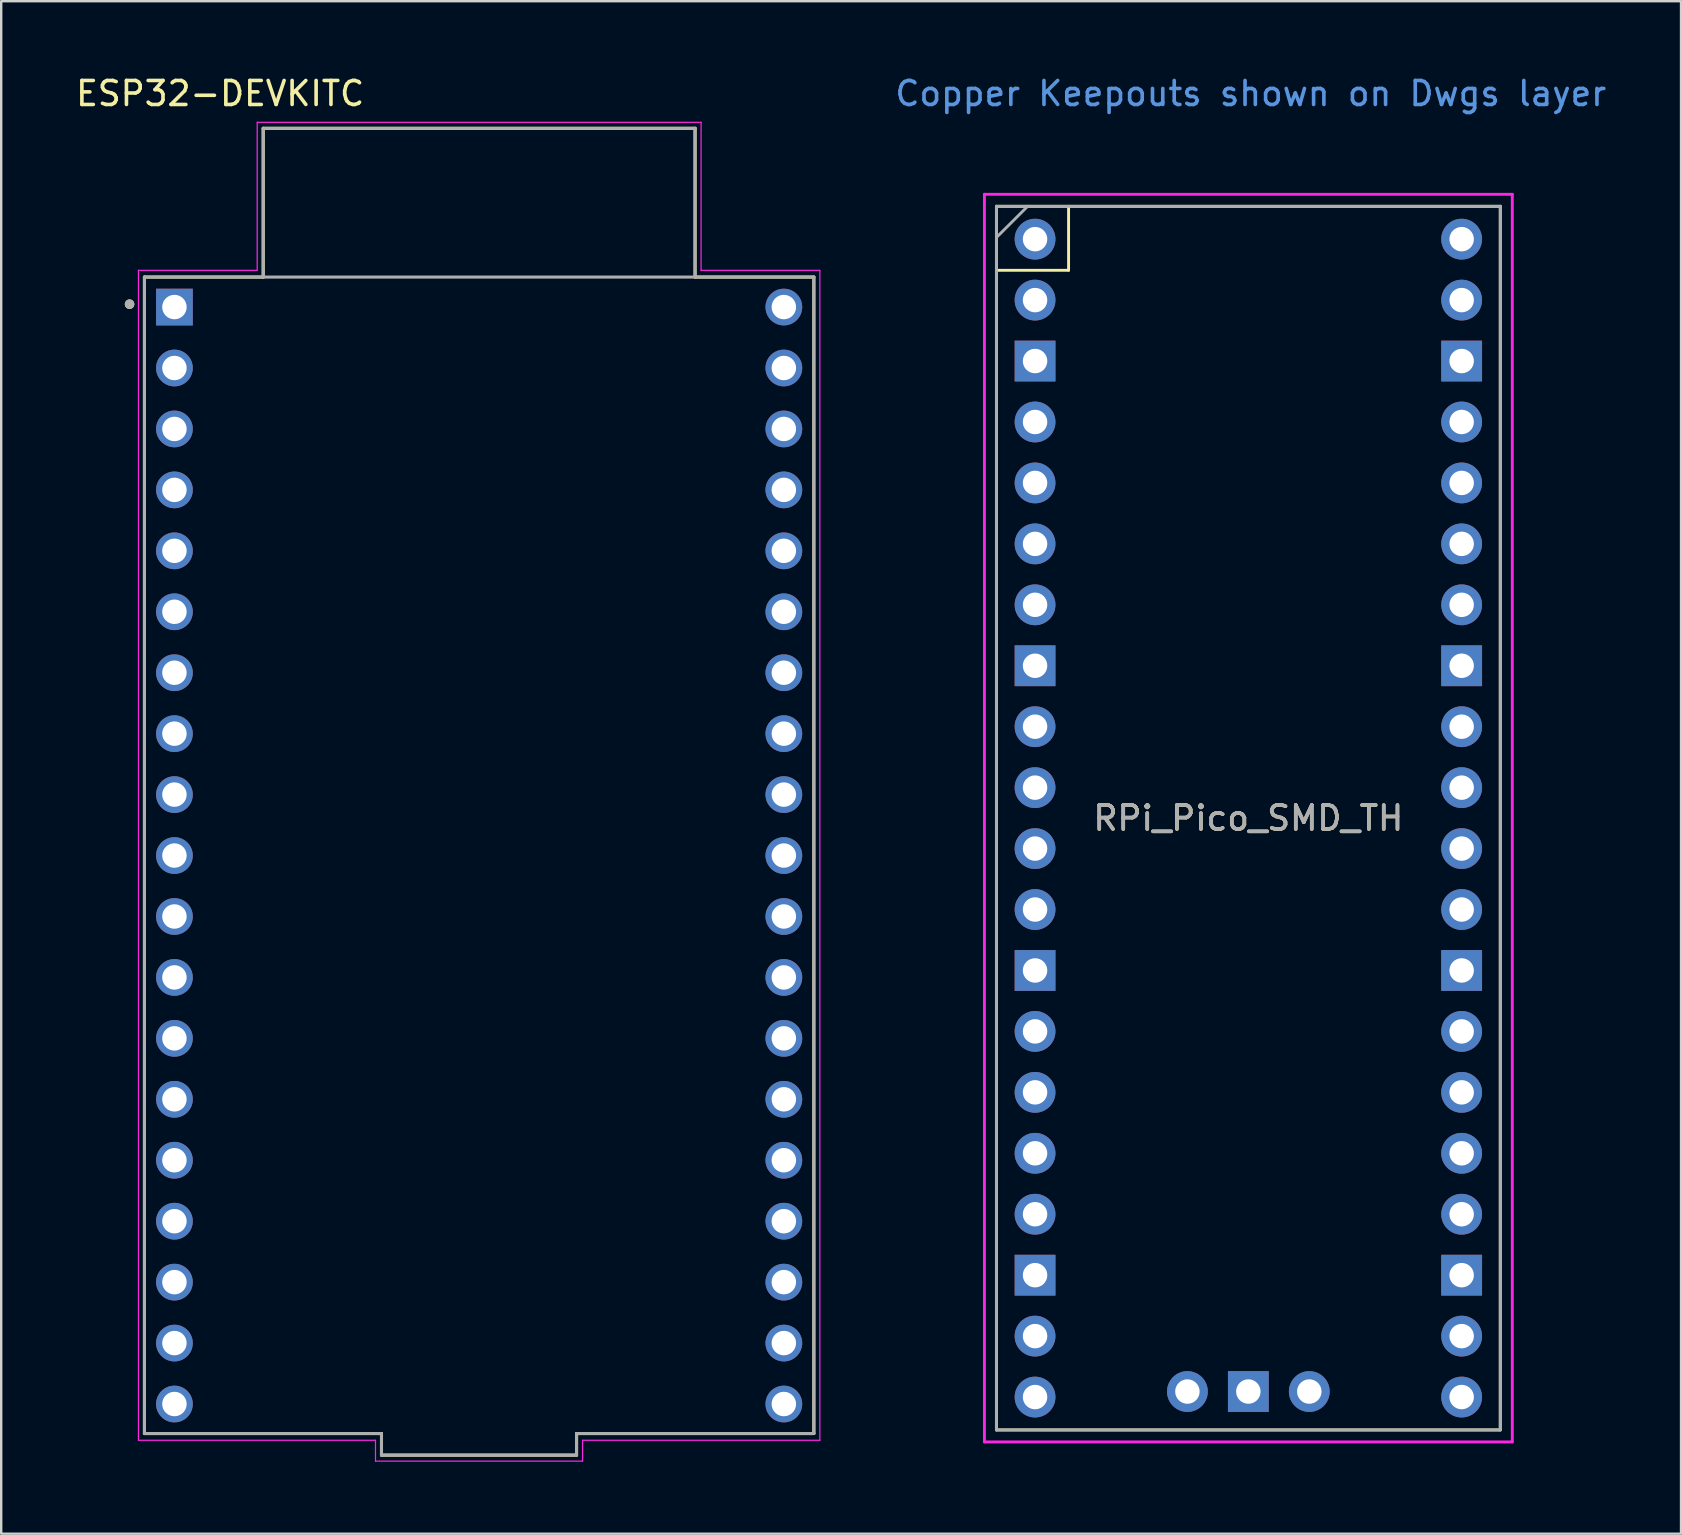
<source format=kicad_pcb>
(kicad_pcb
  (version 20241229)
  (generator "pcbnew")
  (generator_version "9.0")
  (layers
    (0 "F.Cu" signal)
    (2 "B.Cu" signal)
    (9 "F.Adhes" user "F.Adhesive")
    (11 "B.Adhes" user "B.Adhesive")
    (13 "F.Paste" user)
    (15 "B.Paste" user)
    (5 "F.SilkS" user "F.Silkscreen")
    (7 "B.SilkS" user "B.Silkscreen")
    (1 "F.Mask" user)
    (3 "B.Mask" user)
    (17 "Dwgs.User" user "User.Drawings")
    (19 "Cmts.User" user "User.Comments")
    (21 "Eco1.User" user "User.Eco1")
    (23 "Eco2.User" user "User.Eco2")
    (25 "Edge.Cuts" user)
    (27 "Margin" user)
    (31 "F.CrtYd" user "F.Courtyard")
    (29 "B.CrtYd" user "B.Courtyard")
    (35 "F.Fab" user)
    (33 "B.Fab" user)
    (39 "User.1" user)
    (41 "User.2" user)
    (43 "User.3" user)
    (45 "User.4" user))
  (footprint "RPi_Pico_SMD_TH"
    (layer "F.Cu")
    (at 48.98 31.048)
    (property "Reference" "RPi_Pico_SMD_TH" (at 0 0 0) (layer "F.SilkS") (effects (font (size 1 1) (thickness 0.15))))
    (attr through_hole)
    (fp_line (start -10.5 -25.5) (end -10.5 25.5) (stroke (width 0.12) (type solid)) (layer "F.SilkS"))
    (fp_line (start -10.5 -25.5) (end 10.5 -25.5) (stroke (width 0.12) (type solid)) (layer "F.SilkS"))
    (fp_line (start -10.5 -22.833) (end -7.493 -22.833) (stroke (width 0.12) (type solid)) (layer "F.SilkS"))
    (fp_line (start -7.493 -22.833) (end -7.493 -25.5) (stroke (width 0.12) (type solid)) (layer "F.SilkS"))
    (fp_line (start 10.5 -25.5) (end 10.5 25.5) (stroke (width 0.12) (type solid)) (layer "F.SilkS"))
    (fp_line (start 10.5 25.5) (end -10.5 25.5) (stroke (width 0.12) (type solid)) (layer "F.SilkS"))
    (fp_line (start -11 -26) (end 11 -26) (stroke (width 0.12) (type solid)) (layer "F.CrtYd"))
    (fp_line (start -11 26) (end -11 -26) (stroke (width 0.12) (type solid)) (layer "F.CrtYd"))
    (fp_line (start 11 -26) (end 11 26) (stroke (width 0.12) (type solid)) (layer "F.CrtYd"))
    (fp_line (start 11 26) (end -11 26) (stroke (width 0.12) (type solid)) (layer "F.CrtYd"))
    (fp_line (start -10.5 -25.5) (end 10.5 -25.5) (stroke (width 0.12) (type solid)) (layer "F.Fab"))
    (fp_line (start -10.5 -24.2) (end -9.2 -25.5) (stroke (width 0.12) (type solid)) (layer "F.Fab"))
    (fp_line (start -10.5 25.5) (end -10.5 -25.5) (stroke (width 0.12) (type solid)) (layer "F.Fab"))
    (fp_line (start 10.5 -25.5) (end 10.5 25.5) (stroke (width 0.12) (type solid)) (layer "F.Fab"))
    (fp_line (start 10.5 25.5) (end -10.5 25.5) (stroke (width 0.12) (type solid)) (layer "F.Fab"))
    (fp_text user "Copper Keepouts shown on Dwgs layer" (at 0.1 -30.2 0) (layer "Cmts.User") (effects (font (size 1 1) (thickness 0.15))))
    (fp_text user "${REFERENCE}" (at 0 0 180) (layer "F.Fab") (effects (font (size 1 1) (thickness 0.15))))
    (pad "1" thru_hole oval (at -8.89 -24.13) (size 1.7 1.7) (drill 1.02) (layers "*.Cu" "*.Mask"))
    (pad "2" thru_hole oval (at -8.89 -21.59) (size 1.7 1.7) (drill 1.02) (layers "*.Cu" "*.Mask"))
    (pad "3" thru_hole rect (at -8.89 -19.05) (size 1.7 1.7) (drill 1.02) (layers "*.Cu" "*.Mask"))
    (pad "4" thru_hole oval (at -8.89 -16.51) (size 1.7 1.7) (drill 1.02) (layers "*.Cu" "*.Mask"))
    (pad "5" thru_hole oval (at -8.89 -13.97) (size 1.7 1.7) (drill 1.02) (layers "*.Cu" "*.Mask"))
    (pad "6" thru_hole oval (at -8.89 -11.43) (size 1.7 1.7) (drill 1.02) (layers "*.Cu" "*.Mask"))
    (pad "7" thru_hole oval (at -8.89 -8.89) (size 1.7 1.7) (drill 1.02) (layers "*.Cu" "*.Mask"))
    (pad "8" thru_hole rect (at -8.89 -6.35) (size 1.7 1.7) (drill 1.02) (layers "*.Cu" "*.Mask"))
    (pad "9" thru_hole oval (at -8.89 -3.81) (size 1.7 1.7) (drill 1.02) (layers "*.Cu" "*.Mask"))
    (pad "10" thru_hole oval (at -8.89 -1.27) (size 1.7 1.7) (drill 1.02) (layers "*.Cu" "*.Mask"))
    (pad "11" thru_hole oval (at -8.89 1.27) (size 1.7 1.7) (drill 1.02) (layers "*.Cu" "*.Mask"))
    (pad "12" thru_hole oval (at -8.89 3.81) (size 1.7 1.7) (drill 1.02) (layers "*.Cu" "*.Mask"))
    (pad "13" thru_hole rect (at -8.89 6.35) (size 1.7 1.7) (drill 1.02) (layers "*.Cu" "*.Mask"))
    (pad "14" thru_hole oval (at -8.89 8.89) (size 1.7 1.7) (drill 1.02) (layers "*.Cu" "*.Mask"))
    (pad "15" thru_hole oval (at -8.89 11.43) (size 1.7 1.7) (drill 1.02) (layers "*.Cu" "*.Mask"))
    (pad "16" thru_hole oval (at -8.89 13.97) (size 1.7 1.7) (drill 1.02) (layers "*.Cu" "*.Mask"))
    (pad "17" thru_hole oval (at -8.89 16.51) (size 1.7 1.7) (drill 1.02) (layers "*.Cu" "*.Mask"))
    (pad "18" thru_hole rect (at -8.89 19.05) (size 1.7 1.7) (drill 1.02) (layers "*.Cu" "*.Mask"))
    (pad "19" thru_hole oval (at -8.89 21.59) (size 1.7 1.7) (drill 1.02) (layers "*.Cu" "*.Mask"))
    (pad "20" thru_hole oval (at -8.89 24.13) (size 1.7 1.7) (drill 1.02) (layers "*.Cu" "*.Mask"))
    (pad "21" thru_hole oval (at 8.89 24.13) (size 1.7 1.7) (drill 1.02) (layers "*.Cu" "*.Mask"))
    (pad "22" thru_hole oval (at 8.89 21.59) (size 1.7 1.7) (drill 1.02) (layers "*.Cu" "*.Mask"))
    (pad "23" thru_hole rect (at 8.89 19.05) (size 1.7 1.7) (drill 1.02) (layers "*.Cu" "*.Mask"))
    (pad "24" thru_hole oval (at 8.89 16.51) (size 1.7 1.7) (drill 1.02) (layers "*.Cu" "*.Mask"))
    (pad "25" thru_hole oval (at 8.89 13.97) (size 1.7 1.7) (drill 1.02) (layers "*.Cu" "*.Mask"))
    (pad "26" thru_hole oval (at 8.89 11.43) (size 1.7 1.7) (drill 1.02) (layers "*.Cu" "*.Mask"))
    (pad "27" thru_hole oval (at 8.89 8.89) (size 1.7 1.7) (drill 1.02) (layers "*.Cu" "*.Mask"))
    (pad "28" thru_hole rect (at 8.89 6.35) (size 1.7 1.7) (drill 1.02) (layers "*.Cu" "*.Mask"))
    (pad "29" thru_hole oval (at 8.89 3.81) (size 1.7 1.7) (drill 1.02) (layers "*.Cu" "*.Mask"))
    (pad "30" thru_hole oval (at 8.89 1.27) (size 1.7 1.7) (drill 1.02) (layers "*.Cu" "*.Mask"))
    (pad "31" thru_hole oval (at 8.89 -1.27) (size 1.7 1.7) (drill 1.02) (layers "*.Cu" "*.Mask"))
    (pad "32" thru_hole oval (at 8.89 -3.81) (size 1.7 1.7) (drill 1.02) (layers "*.Cu" "*.Mask"))
    (pad "33" thru_hole rect (at 8.89 -6.35) (size 1.7 1.7) (drill 1.02) (layers "*.Cu" "*.Mask"))
    (pad "34" thru_hole oval (at 8.89 -8.89) (size 1.7 1.7) (drill 1.02) (layers "*.Cu" "*.Mask"))
    (pad "35" thru_hole oval (at 8.89 -11.43) (size 1.7 1.7) (drill 1.02) (layers "*.Cu" "*.Mask"))
    (pad "36" thru_hole oval (at 8.89 -13.97) (size 1.7 1.7) (drill 1.02) (layers "*.Cu" "*.Mask"))
    (pad "37" thru_hole oval (at 8.89 -16.51) (size 1.7 1.7) (drill 1.02) (layers "*.Cu" "*.Mask"))
    (pad "38" thru_hole rect (at 8.89 -19.05) (size 1.7 1.7) (drill 1.02) (layers "*.Cu" "*.Mask"))
    (pad "39" thru_hole oval (at 8.89 -21.59) (size 1.7 1.7) (drill 1.02) (layers "*.Cu" "*.Mask"))
    (pad "40" thru_hole oval (at 8.89 -24.13) (size 1.7 1.7) (drill 1.02) (layers "*.Cu" "*.Mask"))
    (pad "41" thru_hole oval (at -2.54 23.9) (size 1.7 1.7) (drill 1.02) (layers "*.Cu" "*.Mask"))
    (pad "42" thru_hole rect (at 0 23.9) (size 1.7 1.7) (drill 1.02) (layers "*.Cu" "*.Mask"))
    (pad "43" thru_hole oval (at 2.54 23.9) (size 1.7 1.7) (drill 1.02) (layers "*.Cu" "*.Mask")))
  (footprint "ESP32-DEVKITC"
    (layer "F.Cu")
    (at 16.92 32.598)
    (property "Reference" "ESP32-DEVKITC" (at -10.795 -31.75 0) (layer "F.SilkS") (effects (font (size 1 1) (thickness 0.15))))
    (attr through_hole)
    (fp_line (start -13.95 -24.1) (end -13.95 24.1) (stroke (width 0.127) (type solid)) (layer "F.SilkS"))
    (fp_line (start -13.95 24.1) (end -4.07 24.1) (stroke (width 0.127) (type solid)) (layer "F.SilkS"))
    (fp_line (start -9 -30.3) (end 9 -30.3) (stroke (width 0.127) (type solid)) (layer "F.SilkS"))
    (fp_line (start -9 -24.1) (end -13.95 -24.1) (stroke (width 0.127) (type solid)) (layer "F.SilkS"))
    (fp_line (start -9 -24.1) (end -9 -30.3) (stroke (width 0.127) (type solid)) (layer "F.SilkS"))
    (fp_line (start -4.07 24.1) (end -4.07 25) (stroke (width 0.127) (type solid)) (layer "F.SilkS"))
    (fp_line (start -4.07 25) (end 4.06 25) (stroke (width 0.127) (type solid)) (layer "F.SilkS"))
    (fp_line (start 4.06 24.1) (end 13.95 24.1) (stroke (width 0.127) (type solid)) (layer "F.SilkS"))
    (fp_line (start 4.06 25) (end 4.06 24.1) (stroke (width 0.127) (type solid)) (layer "F.SilkS"))
    (fp_line (start 9 -30.3) (end 9 -24.1) (stroke (width 0.127) (type solid)) (layer "F.SilkS"))
    (fp_line (start 13.95 -24.1) (end 9 -24.1) (stroke (width 0.127) (type solid)) (layer "F.SilkS"))
    (fp_line (start 13.95 24.1) (end 13.95 -24.1) (stroke (width 0.127) (type solid)) (layer "F.SilkS"))
    (fp_circle (center -14.57 -22.97) (end -14.47 -22.97) (stroke (width 0.2) (type solid)) (fill no) (layer "F.SilkS"))
    (fp_line (start -14.2 -24.38) (end -14.2 24.38) (stroke (width 0.05) (type solid)) (layer "F.CrtYd"))
    (fp_line (start -14.2 24.38) (end -4.32 24.38) (stroke (width 0.05) (type solid)) (layer "F.CrtYd"))
    (fp_line (start -9.25 -30.55) (end 9.25 -30.55) (stroke (width 0.05) (type solid)) (layer "F.CrtYd"))
    (fp_line (start -9.25 -24.38) (end -14.2 -24.38) (stroke (width 0.05) (type solid)) (layer "F.CrtYd"))
    (fp_line (start -9.25 -24.38) (end -9.25 -30.55) (stroke (width 0.05) (type solid)) (layer "F.CrtYd"))
    (fp_line (start -4.32 24.38) (end -4.32 25.25) (stroke (width 0.05) (type solid)) (layer "F.CrtYd"))
    (fp_line (start -4.32 25.25) (end 4.31 25.25) (stroke (width 0.05) (type solid)) (layer "F.CrtYd"))
    (fp_line (start 4.31 24.38) (end 14.2 24.38) (stroke (width 0.05) (type solid)) (layer "F.CrtYd"))
    (fp_line (start 4.31 25.25) (end 4.31 24.38) (stroke (width 0.05) (type solid)) (layer "F.CrtYd"))
    (fp_line (start 9.25 -30.55) (end 9.25 -24.38) (stroke (width 0.05) (type solid)) (layer "F.CrtYd"))
    (fp_line (start 14.2 -24.38) (end 9.25 -24.38) (stroke (width 0.05) (type solid)) (layer "F.CrtYd"))
    (fp_line (start 14.2 24.38) (end 14.2 -24.38) (stroke (width 0.05) (type solid)) (layer "F.CrtYd"))
    (fp_line (start -13.95 -24.1) (end -13.95 24.1) (stroke (width 0.127) (type solid)) (layer "F.Fab"))
    (fp_line (start -13.95 24.1) (end -4.07 24.1) (stroke (width 0.127) (type solid)) (layer "F.Fab"))
    (fp_line (start -9 -30.3) (end 9 -30.3) (stroke (width 0.127) (type solid)) (layer "F.Fab"))
    (fp_line (start -9 -24.1) (end -13.95 -24.1) (stroke (width 0.127) (type solid)) (layer "F.Fab"))
    (fp_line (start -9 -24.1) (end -9 -30.3) (stroke (width 0.127) (type solid)) (layer "F.Fab"))
    (fp_line (start -4.07 24.1) (end -4.07 25) (stroke (width 0.127) (type solid)) (layer "F.Fab"))
    (fp_line (start -4.07 25) (end 4.06 25) (stroke (width 0.127) (type solid)) (layer "F.Fab"))
    (fp_line (start 4.06 24.1) (end 13.95 24.1) (stroke (width 0.127) (type solid)) (layer "F.Fab"))
    (fp_line (start 4.06 25) (end 4.06 24.1) (stroke (width 0.127) (type solid)) (layer "F.Fab"))
    (fp_line (start 9 -30.3) (end 9 -24.1) (stroke (width 0.127) (type solid)) (layer "F.Fab"))
    (fp_line (start 9 -24.1) (end -9 -24.1) (stroke (width 0.127) (type solid)) (layer "F.Fab"))
    (fp_line (start 13.95 -24.1) (end 9 -24.1) (stroke (width 0.127) (type solid)) (layer "F.Fab"))
    (fp_line (start 13.95 24.1) (end 13.95 -24.1) (stroke (width 0.127) (type solid)) (layer "F.Fab"))
    (fp_circle (center -14.57 -22.97) (end -14.47 -22.97) (stroke (width 0.2) (type solid)) (fill no) (layer "F.Fab"))
    (pad "1" thru_hole rect (at -12.7 -22.85) (size 1.53 1.53) (drill 1.02) (layers "*.Cu" "*.Mask"))
    (pad "2" thru_hole circle (at -12.7 -20.31) (size 1.53 1.53) (drill 1.02) (layers "*.Cu" "*.Mask"))
    (pad "3" thru_hole circle (at -12.7 -17.77) (size 1.53 1.53) (drill 1.02) (layers "*.Cu" "*.Mask"))
    (pad "4" thru_hole circle (at -12.7 -15.23) (size 1.53 1.53) (drill 1.02) (layers "*.Cu" "*.Mask"))
    (pad "5" thru_hole circle (at -12.7 -12.69) (size 1.53 1.53) (drill 1.02) (layers "*.Cu" "*.Mask"))
    (pad "6" thru_hole circle (at -12.7 -10.15) (size 1.53 1.53) (drill 1.02) (layers "*.Cu" "*.Mask"))
    (pad "7" thru_hole circle (at -12.7 -7.61) (size 1.53 1.53) (drill 1.02) (layers "*.Cu" "*.Mask"))
    (pad "8" thru_hole circle (at -12.7 -5.07) (size 1.53 1.53) (drill 1.02) (layers "*.Cu" "*.Mask"))
    (pad "9" thru_hole circle (at -12.7 -2.53) (size 1.53 1.53) (drill 1.02) (layers "*.Cu" "*.Mask"))
    (pad "10" thru_hole circle (at -12.7 0.01) (size 1.53 1.53) (drill 1.02) (layers "*.Cu" "*.Mask"))
    (pad "11" thru_hole circle (at -12.7 2.55) (size 1.53 1.53) (drill 1.02) (layers "*.Cu" "*.Mask"))
    (pad "12" thru_hole circle (at -12.7 5.09) (size 1.53 1.53) (drill 1.02) (layers "*.Cu" "*.Mask"))
    (pad "13" thru_hole circle (at -12.7 7.63) (size 1.53 1.53) (drill 1.02) (layers "*.Cu" "*.Mask"))
    (pad "14" thru_hole circle (at -12.7 10.17) (size 1.53 1.53) (drill 1.02) (layers "*.Cu" "*.Mask"))
    (pad "15" thru_hole circle (at -12.7 12.71) (size 1.53 1.53) (drill 1.02) (layers "*.Cu" "*.Mask"))
    (pad "16" thru_hole circle (at -12.7 15.25) (size 1.53 1.53) (drill 1.02) (layers "*.Cu" "*.Mask"))
    (pad "17" thru_hole circle (at -12.7 17.79) (size 1.53 1.53) (drill 1.02) (layers "*.Cu" "*.Mask"))
    (pad "18" thru_hole circle (at -12.7 20.33) (size 1.53 1.53) (drill 1.02) (layers "*.Cu" "*.Mask"))
    (pad "19" thru_hole circle (at -12.7 22.87) (size 1.53 1.53) (drill 1.02) (layers "*.Cu" "*.Mask"))
    (pad "20" thru_hole circle (at 12.7 22.87) (size 1.53 1.53) (drill 1.02) (layers "*.Cu" "*.Mask"))
    (pad "21" thru_hole circle (at 12.7 20.33) (size 1.53 1.53) (drill 1.02) (layers "*.Cu" "*.Mask"))
    (pad "22" thru_hole circle (at 12.7 17.79) (size 1.53 1.53) (drill 1.02) (layers "*.Cu" "*.Mask"))
    (pad "23" thru_hole circle (at 12.7 15.25) (size 1.53 1.53) (drill 1.02) (layers "*.Cu" "*.Mask"))
    (pad "24" thru_hole circle (at 12.7 12.71) (size 1.53 1.53) (drill 1.02) (layers "*.Cu" "*.Mask"))
    (pad "25" thru_hole circle (at 12.7 10.17) (size 1.53 1.53) (drill 1.02) (layers "*.Cu" "*.Mask"))
    (pad "26" thru_hole circle (at 12.7 7.63) (size 1.53 1.53) (drill 1.02) (layers "*.Cu" "*.Mask"))
    (pad "27" thru_hole circle (at 12.7 5.09) (size 1.53 1.53) (drill 1.02) (layers "*.Cu" "*.Mask"))
    (pad "28" thru_hole circle (at 12.7 2.55) (size 1.53 1.53) (drill 1.02) (layers "*.Cu" "*.Mask"))
    (pad "29" thru_hole circle (at 12.7 0.01) (size 1.53 1.53) (drill 1.02) (layers "*.Cu" "*.Mask"))
    (pad "30" thru_hole circle (at 12.7 -2.53) (size 1.53 1.53) (drill 1.02) (layers "*.Cu" "*.Mask"))
    (pad "31" thru_hole circle (at 12.7 -5.07) (size 1.53 1.53) (drill 1.02) (layers "*.Cu" "*.Mask"))
    (pad "32" thru_hole circle (at 12.7 -7.61) (size 1.53 1.53) (drill 1.02) (layers "*.Cu" "*.Mask"))
    (pad "33" thru_hole circle (at 12.7 -10.15) (size 1.53 1.53) (drill 1.02) (layers "*.Cu" "*.Mask"))
    (pad "34" thru_hole circle (at 12.7 -12.69) (size 1.53 1.53) (drill 1.02) (layers "*.Cu" "*.Mask"))
    (pad "35" thru_hole circle (at 12.7 -15.23) (size 1.53 1.53) (drill 1.02) (layers "*.Cu" "*.Mask"))
    (pad "36" thru_hole circle (at 12.7 -17.77) (size 1.53 1.53) (drill 1.02) (layers "*.Cu" "*.Mask"))
    (pad "37" thru_hole circle (at 12.7 -20.31) (size 1.53 1.53) (drill 1.02) (layers "*.Cu" "*.Mask"))
    (pad "38" thru_hole circle (at 12.7 -22.85) (size 1.53 1.53) (drill 1.02) (layers "*.Cu" "*.Mask")))
  (gr_rect
    (start -3 -3)
    (end 67.014 60.873)
    (stroke (width 0.1) (type default))
    (fill no)
    (layer "Edge.Cuts")))
</source>
